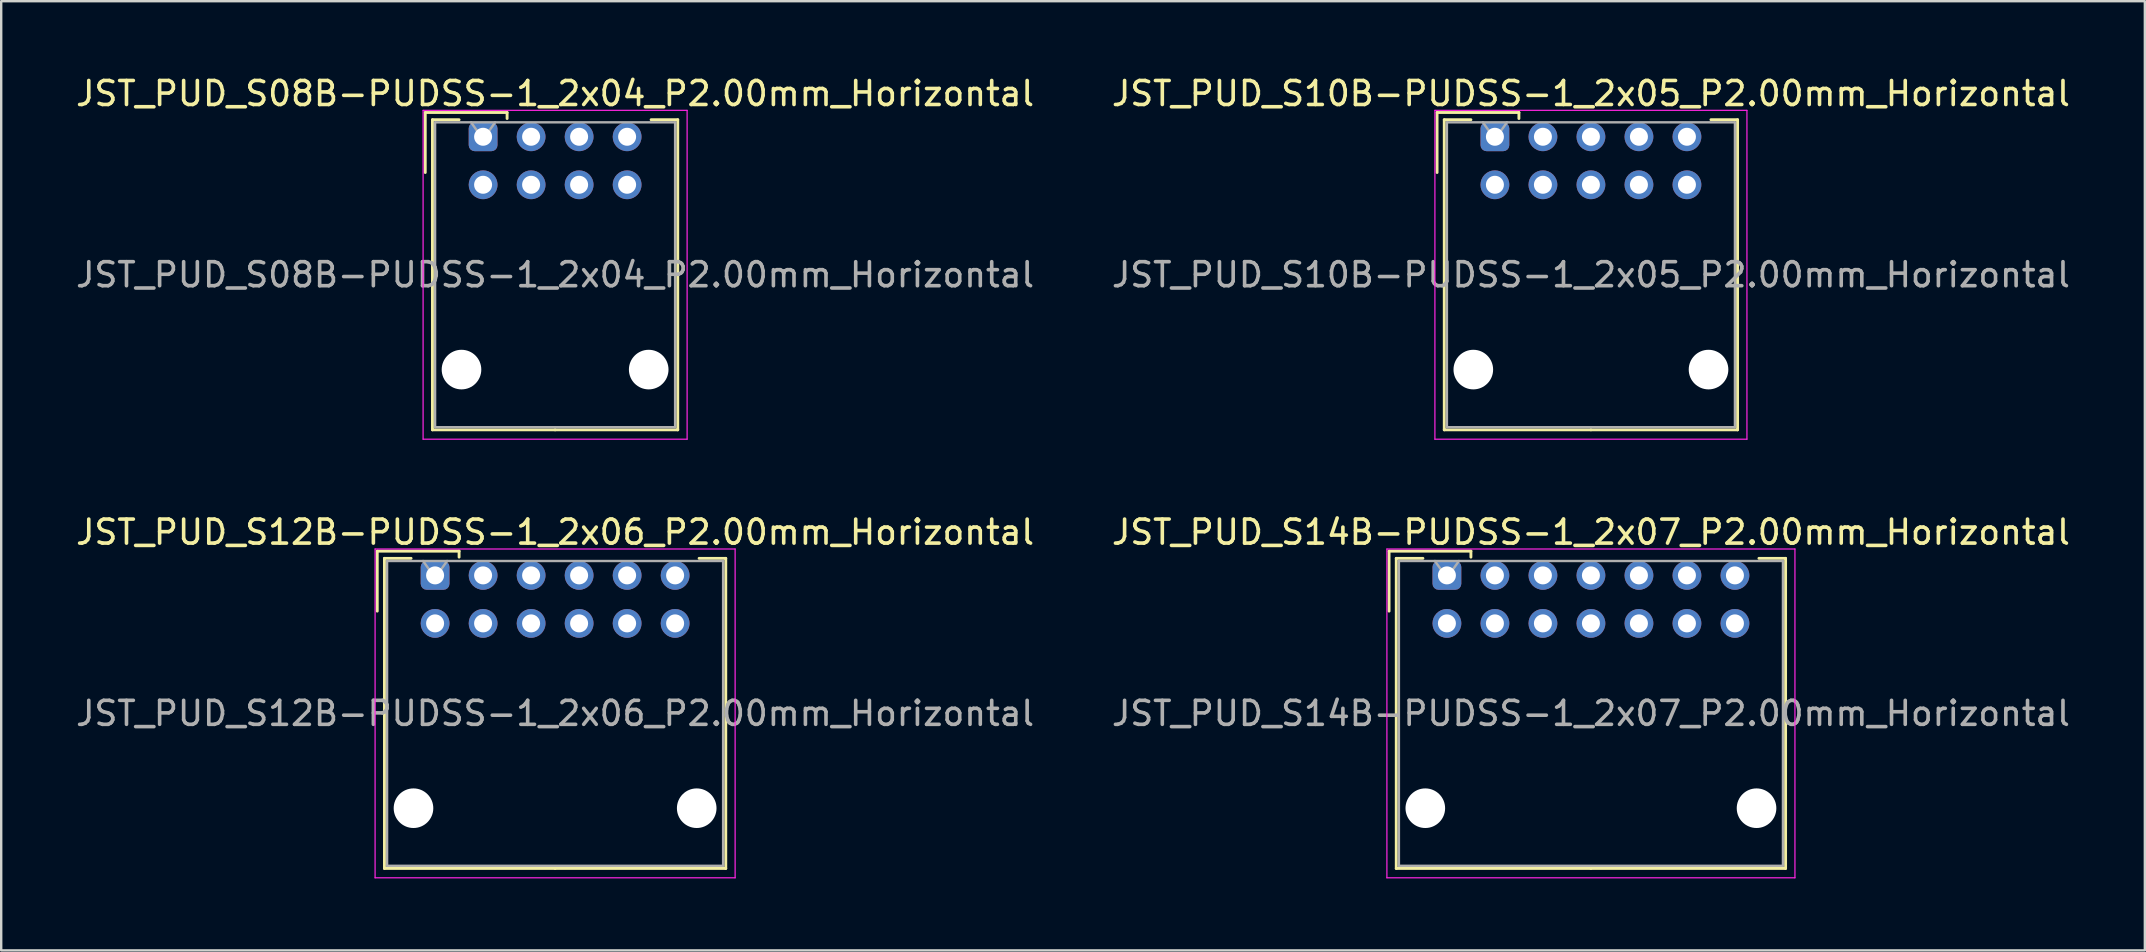
<source format=kicad_pcb>
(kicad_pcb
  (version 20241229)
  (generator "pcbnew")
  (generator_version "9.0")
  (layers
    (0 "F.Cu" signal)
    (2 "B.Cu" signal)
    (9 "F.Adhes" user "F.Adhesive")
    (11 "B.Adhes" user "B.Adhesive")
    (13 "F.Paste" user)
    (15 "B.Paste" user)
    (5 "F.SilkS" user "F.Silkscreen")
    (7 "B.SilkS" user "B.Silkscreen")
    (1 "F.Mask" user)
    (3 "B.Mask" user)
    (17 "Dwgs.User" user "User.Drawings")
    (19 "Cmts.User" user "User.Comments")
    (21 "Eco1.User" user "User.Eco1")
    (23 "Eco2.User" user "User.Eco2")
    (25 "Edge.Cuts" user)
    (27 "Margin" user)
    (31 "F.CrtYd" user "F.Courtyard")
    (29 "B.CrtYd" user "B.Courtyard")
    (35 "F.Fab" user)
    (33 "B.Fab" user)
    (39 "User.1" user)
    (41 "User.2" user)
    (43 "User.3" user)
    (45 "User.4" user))
  (footprint "JST_PUD_S10B-PUDSS-1_2x05_P2.00mm_Horizontal"
    (layer "F.Cu")
    (at 59.232 2.648)
    (property "Reference" "JST_PUD_S10B-PUDSS-1_2x05_P2.00mm_Horizontal" (at 4 -1.8 0) (layer "F.SilkS") (effects (font (size 1 1) (thickness 0.15))))
    (attr through_hole)
    (fp_line (start -2.41 -1.01) (end -2.41 1.49) (stroke (width 0.12) (type solid)) (layer "F.SilkS"))
    (fp_line (start -2.11 -0.71) (end -2.11 12.21) (stroke (width 0.12) (type solid)) (layer "F.SilkS"))
    (fp_line (start -2.11 12.21) (end 4 12.21) (stroke (width 0.12) (type solid)) (layer "F.SilkS"))
    (fp_line (start -1 -0.71) (end -2.11 -0.71) (stroke (width 0.12) (type solid)) (layer "F.SilkS"))
    (fp_line (start 1 -1.01) (end -2.41 -1.01) (stroke (width 0.12) (type solid)) (layer "F.SilkS"))
    (fp_line (start 1 -0.76) (end 1 -1.01) (stroke (width 0.12) (type solid)) (layer "F.SilkS"))
    (fp_line (start 9 -0.71) (end 10.11 -0.71) (stroke (width 0.12) (type solid)) (layer "F.SilkS"))
    (fp_line (start 10.11 -0.71) (end 10.11 12.21) (stroke (width 0.12) (type solid)) (layer "F.SilkS"))
    (fp_line (start 10.11 12.21) (end 4 12.21) (stroke (width 0.12) (type solid)) (layer "F.SilkS"))
    (fp_line (start -2.5 -1.1) (end -2.5 12.6) (stroke (width 0.05) (type solid)) (layer "F.CrtYd"))
    (fp_line (start -2.5 12.6) (end 10.5 12.6) (stroke (width 0.05) (type solid)) (layer "F.CrtYd"))
    (fp_line (start 10.5 -1.1) (end -2.5 -1.1) (stroke (width 0.05) (type solid)) (layer "F.CrtYd"))
    (fp_line (start 10.5 12.6) (end 10.5 -1.1) (stroke (width 0.05) (type solid)) (layer "F.CrtYd"))
    (fp_line (start -2 -0.6) (end -2 12.1) (stroke (width 0.1) (type solid)) (layer "F.Fab"))
    (fp_line (start -2 12.1) (end 10 12.1) (stroke (width 0.1) (type solid)) (layer "F.Fab"))
    (fp_line (start 0 0.107) (end -0.5 -0.6) (stroke (width 0.1) (type solid)) (layer "F.Fab"))
    (fp_line (start 0.5 -0.6) (end 0 0.107) (stroke (width 0.1) (type solid)) (layer "F.Fab"))
    (fp_line (start 10 -0.6) (end -2 -0.6) (stroke (width 0.1) (type solid)) (layer "F.Fab"))
    (fp_line (start 10 12.1) (end 10 -0.6) (stroke (width 0.1) (type solid)) (layer "F.Fab"))
    (fp_text user "${REFERENCE}" (at 4 5.75 0) (layer "F.Fab") (effects (font (size 1 1) (thickness 0.15))))
    (pad "" np_thru_hole circle (at -0.9 9.7) (size 1.65 1.65) (drill 1.65) (layers "*.Cu" "*.Mask"))
    (pad "" np_thru_hole circle (at 8.9 9.7) (size 1.65 1.65) (drill 1.65) (layers "*.Cu" "*.Mask"))
    (pad "1" thru_hole roundrect (at 0 0) (size 1.2 1.2) (drill 0.75) (layers "*.Cu" "*.Mask") (roundrect_rratio 0.208))
    (pad "2" thru_hole circle (at 0 2) (size 1.2 1.2) (drill 0.75) (layers "*.Cu" "*.Mask"))
    (pad "3" thru_hole circle (at 2 0) (size 1.2 1.2) (drill 0.75) (layers "*.Cu" "*.Mask"))
    (pad "4" thru_hole circle (at 2 2) (size 1.2 1.2) (drill 0.75) (layers "*.Cu" "*.Mask"))
    (pad "5" thru_hole circle (at 4 0) (size 1.2 1.2) (drill 0.75) (layers "*.Cu" "*.Mask"))
    (pad "6" thru_hole circle (at 4 2) (size 1.2 1.2) (drill 0.75) (layers "*.Cu" "*.Mask"))
    (pad "7" thru_hole circle (at 6 0) (size 1.2 1.2) (drill 0.75) (layers "*.Cu" "*.Mask"))
    (pad "8" thru_hole circle (at 6 2) (size 1.2 1.2) (drill 0.75) (layers "*.Cu" "*.Mask"))
    (pad "9" thru_hole circle (at 8 0) (size 1.2 1.2) (drill 0.75) (layers "*.Cu" "*.Mask"))
    (pad "10" thru_hole circle (at 8 2) (size 1.2 1.2) (drill 0.75) (layers "*.Cu" "*.Mask")))
  (footprint "JST_PUD_S08B-PUDSS-1_2x04_P2.00mm_Horizontal"
    (layer "F.Cu")
    (at 17.077 2.648)
    (property "Reference" "JST_PUD_S08B-PUDSS-1_2x04_P2.00mm_Horizontal" (at 3 -1.8 0) (layer "F.SilkS") (effects (font (size 1 1) (thickness 0.15))))
    (attr through_hole)
    (fp_line (start -2.41 -1.01) (end -2.41 1.49) (stroke (width 0.12) (type solid)) (layer "F.SilkS"))
    (fp_line (start -2.11 -0.71) (end -2.11 12.21) (stroke (width 0.12) (type solid)) (layer "F.SilkS"))
    (fp_line (start -2.11 12.21) (end 3 12.21) (stroke (width 0.12) (type solid)) (layer "F.SilkS"))
    (fp_line (start -1 -0.71) (end -2.11 -0.71) (stroke (width 0.12) (type solid)) (layer "F.SilkS"))
    (fp_line (start 1 -1.01) (end -2.41 -1.01) (stroke (width 0.12) (type solid)) (layer "F.SilkS"))
    (fp_line (start 1 -0.76) (end 1 -1.01) (stroke (width 0.12) (type solid)) (layer "F.SilkS"))
    (fp_line (start 7 -0.71) (end 8.11 -0.71) (stroke (width 0.12) (type solid)) (layer "F.SilkS"))
    (fp_line (start 8.11 -0.71) (end 8.11 12.21) (stroke (width 0.12) (type solid)) (layer "F.SilkS"))
    (fp_line (start 8.11 12.21) (end 3 12.21) (stroke (width 0.12) (type solid)) (layer "F.SilkS"))
    (fp_line (start -2.5 -1.1) (end -2.5 12.6) (stroke (width 0.05) (type solid)) (layer "F.CrtYd"))
    (fp_line (start -2.5 12.6) (end 8.5 12.6) (stroke (width 0.05) (type solid)) (layer "F.CrtYd"))
    (fp_line (start 8.5 -1.1) (end -2.5 -1.1) (stroke (width 0.05) (type solid)) (layer "F.CrtYd"))
    (fp_line (start 8.5 12.6) (end 8.5 -1.1) (stroke (width 0.05) (type solid)) (layer "F.CrtYd"))
    (fp_line (start -2 -0.6) (end -2 12.1) (stroke (width 0.1) (type solid)) (layer "F.Fab"))
    (fp_line (start -2 12.1) (end 8 12.1) (stroke (width 0.1) (type solid)) (layer "F.Fab"))
    (fp_line (start 0 0.107) (end -0.5 -0.6) (stroke (width 0.1) (type solid)) (layer "F.Fab"))
    (fp_line (start 0.5 -0.6) (end 0 0.107) (stroke (width 0.1) (type solid)) (layer "F.Fab"))
    (fp_line (start 8 -0.6) (end -2 -0.6) (stroke (width 0.1) (type solid)) (layer "F.Fab"))
    (fp_line (start 8 12.1) (end 8 -0.6) (stroke (width 0.1) (type solid)) (layer "F.Fab"))
    (fp_text user "${REFERENCE}" (at 3 5.75 0) (layer "F.Fab") (effects (font (size 1 1) (thickness 0.15))))
    (pad "" np_thru_hole circle (at -0.9 9.7) (size 1.65 1.65) (drill 1.65) (layers "*.Cu" "*.Mask"))
    (pad "" np_thru_hole circle (at 6.9 9.7) (size 1.65 1.65) (drill 1.65) (layers "*.Cu" "*.Mask"))
    (pad "1" thru_hole roundrect (at 0 0) (size 1.2 1.2) (drill 0.75) (layers "*.Cu" "*.Mask") (roundrect_rratio 0.208))
    (pad "2" thru_hole circle (at 0 2) (size 1.2 1.2) (drill 0.75) (layers "*.Cu" "*.Mask"))
    (pad "3" thru_hole circle (at 2 0) (size 1.2 1.2) (drill 0.75) (layers "*.Cu" "*.Mask"))
    (pad "4" thru_hole circle (at 2 2) (size 1.2 1.2) (drill 0.75) (layers "*.Cu" "*.Mask"))
    (pad "5" thru_hole circle (at 4 0) (size 1.2 1.2) (drill 0.75) (layers "*.Cu" "*.Mask"))
    (pad "6" thru_hole circle (at 4 2) (size 1.2 1.2) (drill 0.75) (layers "*.Cu" "*.Mask"))
    (pad "7" thru_hole circle (at 6 0) (size 1.2 1.2) (drill 0.75) (layers "*.Cu" "*.Mask"))
    (pad "8" thru_hole circle (at 6 2) (size 1.2 1.2) (drill 0.75) (layers "*.Cu" "*.Mask")))
  (footprint "JST_PUD_S12B-PUDSS-1_2x06_P2.00mm_Horizontal"
    (layer "F.Cu")
    (at 15.077 20.922)
    (property "Reference" "JST_PUD_S12B-PUDSS-1_2x06_P2.00mm_Horizontal" (at 5 -1.8 0) (layer "F.SilkS") (effects (font (size 1 1) (thickness 0.15))))
    (attr through_hole)
    (fp_line (start -2.41 -1.01) (end -2.41 1.49) (stroke (width 0.12) (type solid)) (layer "F.SilkS"))
    (fp_line (start -2.11 -0.71) (end -2.11 12.21) (stroke (width 0.12) (type solid)) (layer "F.SilkS"))
    (fp_line (start -2.11 12.21) (end 5 12.21) (stroke (width 0.12) (type solid)) (layer "F.SilkS"))
    (fp_line (start -1 -0.71) (end -2.11 -0.71) (stroke (width 0.12) (type solid)) (layer "F.SilkS"))
    (fp_line (start 1 -1.01) (end -2.41 -1.01) (stroke (width 0.12) (type solid)) (layer "F.SilkS"))
    (fp_line (start 1 -0.76) (end 1 -1.01) (stroke (width 0.12) (type solid)) (layer "F.SilkS"))
    (fp_line (start 11 -0.71) (end 12.11 -0.71) (stroke (width 0.12) (type solid)) (layer "F.SilkS"))
    (fp_line (start 12.11 -0.71) (end 12.11 12.21) (stroke (width 0.12) (type solid)) (layer "F.SilkS"))
    (fp_line (start 12.11 12.21) (end 5 12.21) (stroke (width 0.12) (type solid)) (layer "F.SilkS"))
    (fp_line (start -2.5 -1.1) (end -2.5 12.6) (stroke (width 0.05) (type solid)) (layer "F.CrtYd"))
    (fp_line (start -2.5 12.6) (end 12.5 12.6) (stroke (width 0.05) (type solid)) (layer "F.CrtYd"))
    (fp_line (start 12.5 -1.1) (end -2.5 -1.1) (stroke (width 0.05) (type solid)) (layer "F.CrtYd"))
    (fp_line (start 12.5 12.6) (end 12.5 -1.1) (stroke (width 0.05) (type solid)) (layer "F.CrtYd"))
    (fp_line (start -2 -0.6) (end -2 12.1) (stroke (width 0.1) (type solid)) (layer "F.Fab"))
    (fp_line (start -2 12.1) (end 12 12.1) (stroke (width 0.1) (type solid)) (layer "F.Fab"))
    (fp_line (start 0 0.107) (end -0.5 -0.6) (stroke (width 0.1) (type solid)) (layer "F.Fab"))
    (fp_line (start 0.5 -0.6) (end 0 0.107) (stroke (width 0.1) (type solid)) (layer "F.Fab"))
    (fp_line (start 12 -0.6) (end -2 -0.6) (stroke (width 0.1) (type solid)) (layer "F.Fab"))
    (fp_line (start 12 12.1) (end 12 -0.6) (stroke (width 0.1) (type solid)) (layer "F.Fab"))
    (fp_text user "${REFERENCE}" (at 5 5.75 0) (layer "F.Fab") (effects (font (size 1 1) (thickness 0.15))))
    (pad "" np_thru_hole circle (at -0.9 9.7) (size 1.65 1.65) (drill 1.65) (layers "*.Cu" "*.Mask"))
    (pad "" np_thru_hole circle (at 10.9 9.7) (size 1.65 1.65) (drill 1.65) (layers "*.Cu" "*.Mask"))
    (pad "1" thru_hole roundrect (at 0 0) (size 1.2 1.2) (drill 0.75) (layers "*.Cu" "*.Mask") (roundrect_rratio 0.208))
    (pad "2" thru_hole circle (at 0 2) (size 1.2 1.2) (drill 0.75) (layers "*.Cu" "*.Mask"))
    (pad "3" thru_hole circle (at 2 0) (size 1.2 1.2) (drill 0.75) (layers "*.Cu" "*.Mask"))
    (pad "4" thru_hole circle (at 2 2) (size 1.2 1.2) (drill 0.75) (layers "*.Cu" "*.Mask"))
    (pad "5" thru_hole circle (at 4 0) (size 1.2 1.2) (drill 0.75) (layers "*.Cu" "*.Mask"))
    (pad "6" thru_hole circle (at 4 2) (size 1.2 1.2) (drill 0.75) (layers "*.Cu" "*.Mask"))
    (pad "7" thru_hole circle (at 6 0) (size 1.2 1.2) (drill 0.75) (layers "*.Cu" "*.Mask"))
    (pad "8" thru_hole circle (at 6 2) (size 1.2 1.2) (drill 0.75) (layers "*.Cu" "*.Mask"))
    (pad "9" thru_hole circle (at 8 0) (size 1.2 1.2) (drill 0.75) (layers "*.Cu" "*.Mask"))
    (pad "10" thru_hole circle (at 8 2) (size 1.2 1.2) (drill 0.75) (layers "*.Cu" "*.Mask"))
    (pad "11" thru_hole circle (at 10 0) (size 1.2 1.2) (drill 0.75) (layers "*.Cu" "*.Mask"))
    (pad "12" thru_hole circle (at 10 2) (size 1.2 1.2) (drill 0.75) (layers "*.Cu" "*.Mask")))
  (footprint "JST_PUD_S14B-PUDSS-1_2x07_P2.00mm_Horizontal"
    (layer "F.Cu")
    (at 57.232 20.922)
    (property "Reference" "JST_PUD_S14B-PUDSS-1_2x07_P2.00mm_Horizontal" (at 6 -1.8 0) (layer "F.SilkS") (effects (font (size 1 1) (thickness 0.15))))
    (attr through_hole)
    (fp_line (start -2.41 -1.01) (end -2.41 1.49) (stroke (width 0.12) (type solid)) (layer "F.SilkS"))
    (fp_line (start -2.11 -0.71) (end -2.11 12.21) (stroke (width 0.12) (type solid)) (layer "F.SilkS"))
    (fp_line (start -2.11 12.21) (end 6 12.21) (stroke (width 0.12) (type solid)) (layer "F.SilkS"))
    (fp_line (start -1 -0.71) (end -2.11 -0.71) (stroke (width 0.12) (type solid)) (layer "F.SilkS"))
    (fp_line (start 1 -1.01) (end -2.41 -1.01) (stroke (width 0.12) (type solid)) (layer "F.SilkS"))
    (fp_line (start 1 -0.76) (end 1 -1.01) (stroke (width 0.12) (type solid)) (layer "F.SilkS"))
    (fp_line (start 13 -0.71) (end 14.11 -0.71) (stroke (width 0.12) (type solid)) (layer "F.SilkS"))
    (fp_line (start 14.11 -0.71) (end 14.11 12.21) (stroke (width 0.12) (type solid)) (layer "F.SilkS"))
    (fp_line (start 14.11 12.21) (end 6 12.21) (stroke (width 0.12) (type solid)) (layer "F.SilkS"))
    (fp_line (start -2.5 -1.1) (end -2.5 12.6) (stroke (width 0.05) (type solid)) (layer "F.CrtYd"))
    (fp_line (start -2.5 12.6) (end 14.5 12.6) (stroke (width 0.05) (type solid)) (layer "F.CrtYd"))
    (fp_line (start 14.5 -1.1) (end -2.5 -1.1) (stroke (width 0.05) (type solid)) (layer "F.CrtYd"))
    (fp_line (start 14.5 12.6) (end 14.5 -1.1) (stroke (width 0.05) (type solid)) (layer "F.CrtYd"))
    (fp_line (start -2 -0.6) (end -2 12.1) (stroke (width 0.1) (type solid)) (layer "F.Fab"))
    (fp_line (start -2 12.1) (end 14 12.1) (stroke (width 0.1) (type solid)) (layer "F.Fab"))
    (fp_line (start 0 0.107) (end -0.5 -0.6) (stroke (width 0.1) (type solid)) (layer "F.Fab"))
    (fp_line (start 0.5 -0.6) (end 0 0.107) (stroke (width 0.1) (type solid)) (layer "F.Fab"))
    (fp_line (start 14 -0.6) (end -2 -0.6) (stroke (width 0.1) (type solid)) (layer "F.Fab"))
    (fp_line (start 14 12.1) (end 14 -0.6) (stroke (width 0.1) (type solid)) (layer "F.Fab"))
    (fp_text user "${REFERENCE}" (at 6 5.75 0) (layer "F.Fab") (effects (font (size 1 1) (thickness 0.15))))
    (pad "" np_thru_hole circle (at -0.9 9.7) (size 1.65 1.65) (drill 1.65) (layers "*.Cu" "*.Mask"))
    (pad "" np_thru_hole circle (at 12.9 9.7) (size 1.65 1.65) (drill 1.65) (layers "*.Cu" "*.Mask"))
    (pad "1" thru_hole roundrect (at 0 0) (size 1.2 1.2) (drill 0.75) (layers "*.Cu" "*.Mask") (roundrect_rratio 0.208))
    (pad "2" thru_hole circle (at 0 2) (size 1.2 1.2) (drill 0.75) (layers "*.Cu" "*.Mask"))
    (pad "3" thru_hole circle (at 2 0) (size 1.2 1.2) (drill 0.75) (layers "*.Cu" "*.Mask"))
    (pad "4" thru_hole circle (at 2 2) (size 1.2 1.2) (drill 0.75) (layers "*.Cu" "*.Mask"))
    (pad "5" thru_hole circle (at 4 0) (size 1.2 1.2) (drill 0.75) (layers "*.Cu" "*.Mask"))
    (pad "6" thru_hole circle (at 4 2) (size 1.2 1.2) (drill 0.75) (layers "*.Cu" "*.Mask"))
    (pad "7" thru_hole circle (at 6 0) (size 1.2 1.2) (drill 0.75) (layers "*.Cu" "*.Mask"))
    (pad "8" thru_hole circle (at 6 2) (size 1.2 1.2) (drill 0.75) (layers "*.Cu" "*.Mask"))
    (pad "9" thru_hole circle (at 8 0) (size 1.2 1.2) (drill 0.75) (layers "*.Cu" "*.Mask"))
    (pad "10" thru_hole circle (at 8 2) (size 1.2 1.2) (drill 0.75) (layers "*.Cu" "*.Mask"))
    (pad "11" thru_hole circle (at 10 0) (size 1.2 1.2) (drill 0.75) (layers "*.Cu" "*.Mask"))
    (pad "12" thru_hole circle (at 10 2) (size 1.2 1.2) (drill 0.75) (layers "*.Cu" "*.Mask"))
    (pad "13" thru_hole circle (at 12 0) (size 1.2 1.2) (drill 0.75) (layers "*.Cu" "*.Mask"))
    (pad "14" thru_hole circle (at 12 2) (size 1.2 1.2) (drill 0.75) (layers "*.Cu" "*.Mask")))
  (gr_rect
    (start -3 -3)
    (end 86.31 36.547)
    (stroke (width 0.1) (type default))
    (fill no)
    (layer "Edge.Cuts")))
</source>
